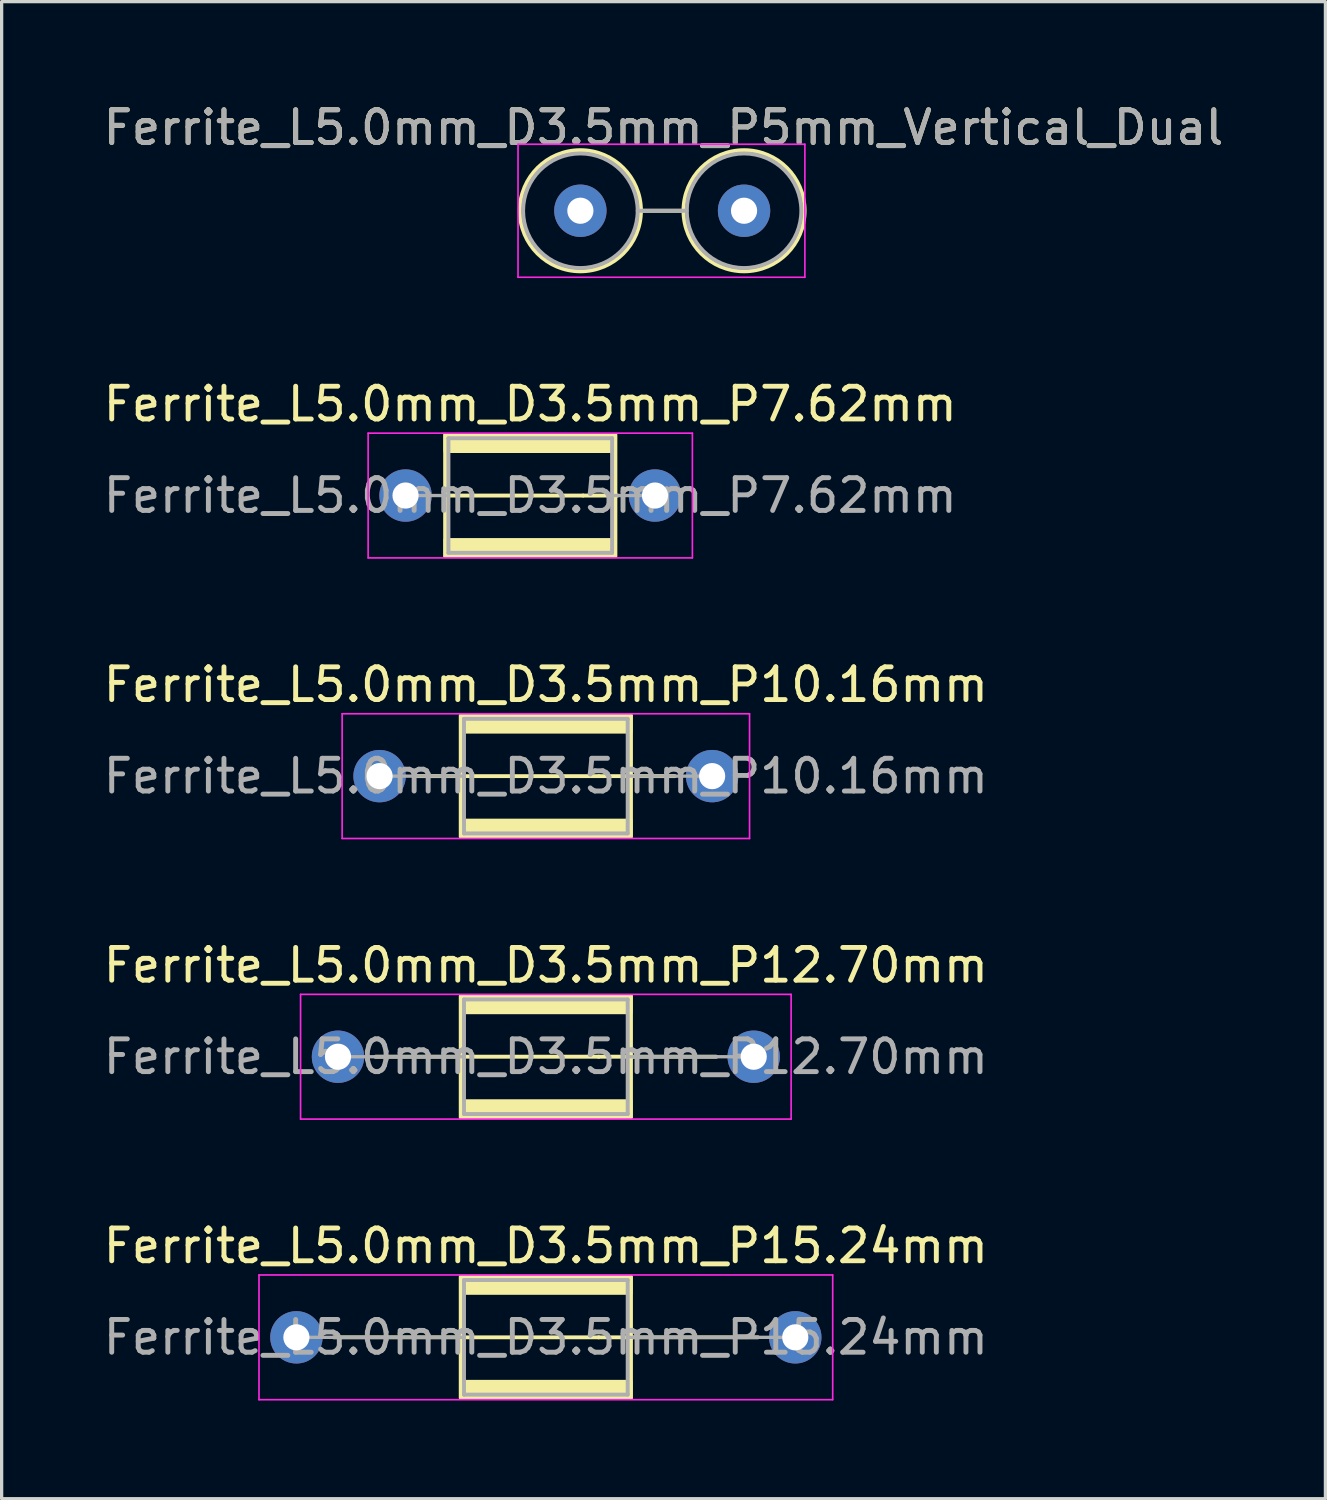
<source format=kicad_pcb>
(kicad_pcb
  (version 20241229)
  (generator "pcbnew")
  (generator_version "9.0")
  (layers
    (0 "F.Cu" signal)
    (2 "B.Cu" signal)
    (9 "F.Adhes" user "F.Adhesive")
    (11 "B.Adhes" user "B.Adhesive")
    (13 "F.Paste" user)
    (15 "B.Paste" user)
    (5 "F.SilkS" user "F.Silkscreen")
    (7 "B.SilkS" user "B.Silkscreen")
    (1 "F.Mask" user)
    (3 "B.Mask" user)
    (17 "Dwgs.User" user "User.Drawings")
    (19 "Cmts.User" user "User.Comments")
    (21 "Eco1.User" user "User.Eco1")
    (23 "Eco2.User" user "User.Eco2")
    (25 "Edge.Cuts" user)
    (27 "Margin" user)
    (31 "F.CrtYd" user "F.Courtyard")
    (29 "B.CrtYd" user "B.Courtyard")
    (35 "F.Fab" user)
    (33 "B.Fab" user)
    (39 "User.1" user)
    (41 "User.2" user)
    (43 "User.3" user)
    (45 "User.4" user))
  (footprint "Ferrite_L5.0mm_D3.5mm_P15.24mm"
    (layer "F.Cu")
    (at 6.005 37.804)
    (property "Reference" "Ferrite_L5.0mm_D3.5mm_P15.24mm" (at 7.62 -2.794 0) (layer "F.SilkS") (effects (font (size 1 1) (thickness 0.15))))
    (fp_line (start 9.234 0.000002) (end 1.143 0) (stroke (width 0.12) (type solid)) (layer "F.SilkS"))
    (fp_line (start 9.234 0.000002) (end 14.097 0) (stroke (width 0.12) (type solid)) (layer "F.SilkS"))
    (fp_rect (start 5.02 -1.85) (end 10.22 1.85) (stroke (width 0.12) (type solid)) (fill no) (layer "F.SilkS"))
    (fp_poly (pts (xy 5.02 1.35) (xy 10.22 1.35) (xy 10.22 1.85) (xy 5.02 1.85)) (stroke (width 0.1) (type solid)) (fill yes) (layer "F.SilkS"))
    (fp_poly (pts (xy 10.22 -1.35) (xy 5.02 -1.35) (xy 5.02 -1.85) (xy 10.22 -1.85)) (stroke (width 0.1) (type solid)) (fill yes) (layer "F.SilkS"))
    (fp_line (start -1.143 -1.905) (end 16.383 -1.905) (stroke (width 0.05) (type solid)) (layer "F.CrtYd"))
    (fp_line (start -1.143 1.905) (end -1.143 -1.905) (stroke (width 0.05) (type solid)) (layer "F.CrtYd"))
    (fp_line (start 16.383 -1.905) (end 16.383 1.905) (stroke (width 0.05) (type solid)) (layer "F.CrtYd"))
    (fp_line (start 16.383 1.905) (end -1.143 1.905) (stroke (width 0.05) (type solid)) (layer "F.CrtYd"))
    (fp_line (start 0 0) (end 5.12 0) (stroke (width 0.1) (type solid)) (layer "F.Fab"))
    (fp_line (start 5.12 -1.75) (end 10.12 -1.75) (stroke (width 0.12) (type solid)) (layer "F.Fab"))
    (fp_line (start 5.12 1.75) (end 5.12 -1.75) (stroke (width 0.12) (type solid)) (layer "F.Fab"))
    (fp_line (start 10.12 -1.75) (end 10.12 1.75) (stroke (width 0.12) (type solid)) (layer "F.Fab"))
    (fp_line (start 10.12 1.75) (end 5.12 1.75) (stroke (width 0.12) (type solid)) (layer "F.Fab"))
    (fp_line (start 15.24 0) (end 10.12 0) (stroke (width 0.1) (type solid)) (layer "F.Fab"))
    (fp_text user "${REFERENCE}" (at 7.62 0 0) (layer "F.Fab") (effects (font (size 1 1) (thickness 0.15))))
    (pad "1" thru_hole circle (at 0 0) (size 1.6 1.6) (drill 0.8) (layers "*.Cu" "*.Mask"))
    (pad "2" thru_hole circle (at 15.24 0) (size 1.6 1.6) (drill 0.8) (layers "*.Cu" "*.Mask")))
  (footprint "Ferrite_L5.0mm_D3.5mm_P5mm_Vertical_Dual"
    (layer "F.Cu")
    (at 14.68 3.388)
    (property "Reference" "Ferrite_L5.0mm_D3.5mm_P5mm_Vertical_Dual" (at 2.54 -2.54 0) (layer "F.SilkS") (effects (font (size 1 1) (thickness 0.15))))
    (fp_line (start 1.85 0) (end 3.15 0) (stroke (width 0.12) (type solid)) (layer "F.SilkS"))
    (fp_circle (center 0 0) (end 0 -1.85) (stroke (width 0.12) (type solid)) (fill no) (layer "F.SilkS"))
    (fp_circle (center 5 0) (end 5 -1.85) (stroke (width 0.12) (type solid)) (fill no) (layer "F.SilkS"))
    (fp_line (start -1.905 -2.032) (end 6.858 -2.032) (stroke (width 0.05) (type solid)) (layer "F.CrtYd"))
    (fp_line (start -1.905 2.032) (end -1.905 -2.032) (stroke (width 0.05) (type solid)) (layer "F.CrtYd"))
    (fp_line (start 6.858 -2.032) (end 6.858 2.032) (stroke (width 0.05) (type solid)) (layer "F.CrtYd"))
    (fp_line (start 6.858 2.032) (end -1.905 2.032) (stroke (width 0.05) (type solid)) (layer "F.CrtYd"))
    (fp_line (start 1.75 0) (end 3.25 0) (stroke (width 0.12) (type solid)) (layer "F.Fab"))
    (fp_circle (center 0 0) (end 0 -1.75) (stroke (width 0.12) (type solid)) (fill no) (layer "F.Fab"))
    (fp_circle (center 5 0) (end 5 -1.75) (stroke (width 0.12) (type solid)) (fill no) (layer "F.Fab"))
    (fp_text user "${REFERENCE}" (at 2.54 -2.539 0) (layer "F.Fab") (effects (font (size 1 1) (thickness 0.15))))
    (pad "1" thru_hole circle (at 0 0) (size 1.6 1.6) (drill 0.8) (layers "*.Cu" "*.Mask"))
    (pad "2" thru_hole circle (at 5 0) (size 1.6 1.6) (drill 0.8) (layers "*.Cu" "*.Mask")))
  (footprint "Ferrite_L5.0mm_D3.5mm_P12.70mm"
    (layer "F.Cu")
    (at 7.275 29.232)
    (property "Reference" "Ferrite_L5.0mm_D3.5mm_P12.70mm" (at 6.35 -2.794 0) (layer "F.SilkS") (effects (font (size 1 1) (thickness 0.15))))
    (fp_line (start 7.964 0.000002) (end 1.143 0) (stroke (width 0.12) (type solid)) (layer "F.SilkS"))
    (fp_line (start 7.964 0.000002) (end 11.557 0) (stroke (width 0.12) (type solid)) (layer "F.SilkS"))
    (fp_rect (start 3.75 -1.85) (end 8.95 1.85) (stroke (width 0.12) (type solid)) (fill no) (layer "F.SilkS"))
    (fp_poly (pts (xy 3.75 1.35) (xy 8.95 1.35) (xy 8.95 1.85) (xy 3.75 1.85)) (stroke (width 0.1) (type solid)) (fill yes) (layer "F.SilkS"))
    (fp_poly (pts (xy 8.95 -1.35) (xy 3.75 -1.35) (xy 3.75 -1.85) (xy 8.95 -1.85)) (stroke (width 0.1) (type solid)) (fill yes) (layer "F.SilkS"))
    (fp_line (start -1.143 -1.905) (end 13.843 -1.905) (stroke (width 0.05) (type solid)) (layer "F.CrtYd"))
    (fp_line (start -1.143 1.905) (end -1.143 -1.905) (stroke (width 0.05) (type solid)) (layer "F.CrtYd"))
    (fp_line (start 13.843 -1.905) (end 13.843 1.905) (stroke (width 0.05) (type solid)) (layer "F.CrtYd"))
    (fp_line (start 13.843 1.905) (end -1.143 1.905) (stroke (width 0.05) (type solid)) (layer "F.CrtYd"))
    (fp_line (start 3.85 -1.75) (end 8.85 -1.75) (stroke (width 0.12) (type solid)) (layer "F.Fab"))
    (fp_line (start 3.85 0) (end 0 0) (stroke (width 0.1) (type solid)) (layer "F.Fab"))
    (fp_line (start 3.85 1.75) (end 3.85 -1.75) (stroke (width 0.12) (type solid)) (layer "F.Fab"))
    (fp_line (start 8.85 -1.75) (end 8.85 1.75) (stroke (width 0.12) (type solid)) (layer "F.Fab"))
    (fp_line (start 8.85 1.75) (end 3.85 1.75) (stroke (width 0.12) (type solid)) (layer "F.Fab"))
    (fp_line (start 12.7 0) (end 8.85 0) (stroke (width 0.1) (type solid)) (layer "F.Fab"))
    (fp_text user "${REFERENCE}" (at 6.35 0 0) (layer "F.Fab") (effects (font (size 1 1) (thickness 0.15))))
    (pad "1" thru_hole circle (at 0 0) (size 1.6 1.6) (drill 0.8) (layers "*.Cu" "*.Mask"))
    (pad "2" thru_hole circle (at 12.7 0) (size 1.6 1.6) (drill 0.8) (layers "*.Cu" "*.Mask")))
  (footprint "Ferrite_L5.0mm_D3.5mm_P10.16mm"
    (layer "F.Cu")
    (at 8.545 20.66)
    (property "Reference" "Ferrite_L5.0mm_D3.5mm_P10.16mm" (at 5.08 -2.794 0) (layer "F.SilkS") (effects (font (size 1 1) (thickness 0.15))))
    (fp_line (start 6.694 0.000002) (end 1.143 0) (stroke (width 0.12) (type solid)) (layer "F.SilkS"))
    (fp_line (start 6.694 0.000002) (end 9.017 0) (stroke (width 0.12) (type solid)) (layer "F.SilkS"))
    (fp_rect (start 2.48 -1.85) (end 7.68 1.85) (stroke (width 0.12) (type solid)) (fill no) (layer "F.SilkS"))
    (fp_poly (pts (xy 2.48 1.35) (xy 7.68 1.35) (xy 7.68 1.85) (xy 2.48 1.85)) (stroke (width 0.1) (type solid)) (fill yes) (layer "F.SilkS"))
    (fp_poly (pts (xy 7.68 -1.35) (xy 2.58 -1.35) (xy 2.58 -1.85) (xy 7.68 -1.85)) (stroke (width 0.1) (type solid)) (fill yes) (layer "F.SilkS"))
    (fp_line (start -1.143 -1.905) (end 11.303 -1.905) (stroke (width 0.05) (type solid)) (layer "F.CrtYd"))
    (fp_line (start -1.143 1.905) (end -1.143 -1.905) (stroke (width 0.05) (type solid)) (layer "F.CrtYd"))
    (fp_line (start 11.303 -1.905) (end 11.303 1.905) (stroke (width 0.05) (type solid)) (layer "F.CrtYd"))
    (fp_line (start 11.303 1.905) (end -1.143 1.905) (stroke (width 0.05) (type solid)) (layer "F.CrtYd"))
    (fp_line (start 2.58 -1.75) (end 7.58 -1.75) (stroke (width 0.12) (type solid)) (layer "F.Fab"))
    (fp_line (start 2.58 0) (end 0 0) (stroke (width 0.1) (type solid)) (layer "F.Fab"))
    (fp_line (start 2.58 1.75) (end 2.58 -1.75) (stroke (width 0.12) (type solid)) (layer "F.Fab"))
    (fp_line (start 7.58 -1.75) (end 7.58 1.75) (stroke (width 0.12) (type solid)) (layer "F.Fab"))
    (fp_line (start 7.58 0) (end 10.16 0) (stroke (width 0.1) (type solid)) (layer "F.Fab"))
    (fp_line (start 7.58 1.75) (end 2.58 1.75) (stroke (width 0.12) (type solid)) (layer "F.Fab"))
    (fp_text user "${REFERENCE}" (at 5.08 0 0) (layer "F.Fab") (effects (font (size 1 1) (thickness 0.15))))
    (pad "1" thru_hole circle (at 0 0) (size 1.6 1.6) (drill 0.8) (layers "*.Cu" "*.Mask"))
    (pad "2" thru_hole circle (at 10.16 0) (size 1.6 1.6) (drill 0.8) (layers "*.Cu" "*.Mask")))
  (footprint "Ferrite_L5.0mm_D3.5mm_P7.62mm"
    (layer "F.Cu")
    (at 9.339 12.088)
    (property "Reference" "Ferrite_L5.0mm_D3.5mm_P7.62mm" (at 3.81 -2.794 0) (layer "F.SilkS") (effects (font (size 1 1) (thickness 0.15))))
    (fp_line (start 5.424 0.000002) (end 1.143 0) (stroke (width 0.12) (type solid)) (layer "F.SilkS"))
    (fp_line (start 5.424 0.000002) (end 6.477 0) (stroke (width 0.12) (type solid)) (layer "F.SilkS"))
    (fp_rect (start 1.21 -1.85) (end 6.41 1.85) (stroke (width 0.12) (type solid)) (fill no) (layer "F.SilkS"))
    (fp_poly (pts (xy 1.21 1.35) (xy 6.41 1.35) (xy 6.41 1.85) (xy 1.21 1.85)) (stroke (width 0.1) (type solid)) (fill yes) (layer "F.SilkS"))
    (fp_poly (pts (xy 6.41 -1.35) (xy 1.21 -1.35) (xy 1.21 -1.85) (xy 6.41 -1.85)) (stroke (width 0.1) (type solid)) (fill yes) (layer "F.SilkS"))
    (fp_line (start -1.143 -1.905) (end 8.763 -1.905) (stroke (width 0.05) (type solid)) (layer "F.CrtYd"))
    (fp_line (start -1.143 1.905) (end -1.143 -1.905) (stroke (width 0.05) (type solid)) (layer "F.CrtYd"))
    (fp_line (start 8.763 -1.905) (end 8.763 1.905) (stroke (width 0.05) (type solid)) (layer "F.CrtYd"))
    (fp_line (start 8.763 1.905) (end -1.143 1.905) (stroke (width 0.05) (type solid)) (layer "F.CrtYd"))
    (fp_line (start 0 0) (end 1.31 0) (stroke (width 0.1) (type solid)) (layer "F.Fab"))
    (fp_line (start 1.31 -1.75) (end 6.31 -1.75) (stroke (width 0.12) (type solid)) (layer "F.Fab"))
    (fp_line (start 1.31 1.75) (end 1.31 -1.75) (stroke (width 0.12) (type solid)) (layer "F.Fab"))
    (fp_line (start 6.31 -1.75) (end 6.31 1.75) (stroke (width 0.12) (type solid)) (layer "F.Fab"))
    (fp_line (start 6.31 1.75) (end 1.31 1.75) (stroke (width 0.12) (type solid)) (layer "F.Fab"))
    (fp_line (start 7.62 0) (end 6.31 0) (stroke (width 0.1) (type solid)) (layer "F.Fab"))
    (fp_text user "${REFERENCE}" (at 3.81 0 0) (layer "F.Fab") (effects (font (size 1 1) (thickness 0.15))))
    (pad "1" thru_hole circle (at 0 0) (size 1.6 1.6) (drill 0.8) (layers "*.Cu" "*.Mask"))
    (pad "2" thru_hole circle (at 7.62 0) (size 1.6 1.6) (drill 0.8) (layers "*.Cu" "*.Mask")))
  (gr_rect
    (start -3 -3)
    (end 37.44 42.734)
    (stroke (width 0.1) (type default))
    (fill no)
    (layer "Edge.Cuts")))
</source>
